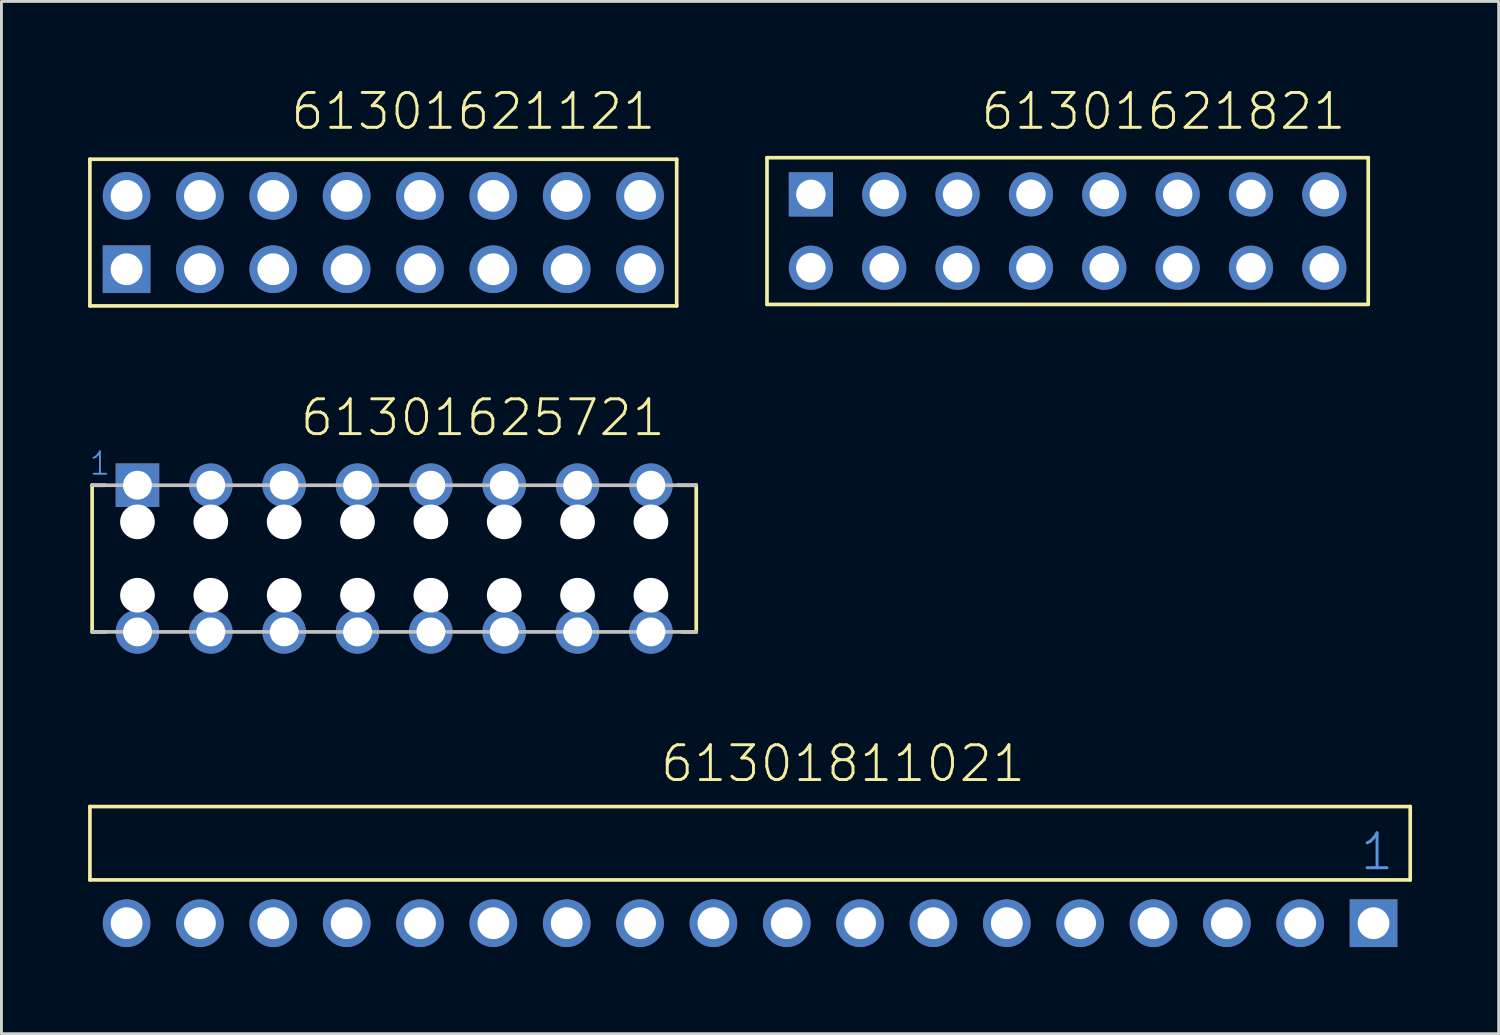
<source format=kicad_pcb>
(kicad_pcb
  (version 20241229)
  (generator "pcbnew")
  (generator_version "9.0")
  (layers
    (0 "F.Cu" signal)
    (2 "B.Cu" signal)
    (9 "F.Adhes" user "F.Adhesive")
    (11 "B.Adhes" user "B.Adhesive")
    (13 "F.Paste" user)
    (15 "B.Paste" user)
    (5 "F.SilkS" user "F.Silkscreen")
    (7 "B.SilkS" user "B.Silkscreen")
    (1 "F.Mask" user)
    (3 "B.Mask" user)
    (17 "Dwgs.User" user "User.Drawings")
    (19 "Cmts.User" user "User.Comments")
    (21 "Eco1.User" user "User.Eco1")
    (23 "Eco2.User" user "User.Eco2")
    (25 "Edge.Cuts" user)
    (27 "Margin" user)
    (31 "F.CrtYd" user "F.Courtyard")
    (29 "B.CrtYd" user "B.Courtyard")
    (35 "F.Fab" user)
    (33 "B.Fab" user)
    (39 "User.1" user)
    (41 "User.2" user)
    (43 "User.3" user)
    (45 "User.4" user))
  (footprint "61301621821"
    (layer "F.Cu")
    (at 33.92 4.951)
    (property "Reference" "61301621821" (at -3.063 -3.44 0) (layer "F.SilkS") (effects (font (size 1.206 1.206) (thickness 0.102)) (justify left bottom)))
    (attr through_hole)
    (fp_line (start -10.41 -2.54) (end -10.41 2.54) (stroke (width 0.127) (type solid)) (layer "F.SilkS"))
    (fp_line (start -10.41 2.54) (end 10.41 2.54) (stroke (width 0.127) (type solid)) (layer "F.SilkS"))
    (fp_line (start 10.41 -2.54) (end -10.41 -2.54) (stroke (width 0.127) (type solid)) (layer "F.SilkS"))
    (fp_line (start 10.41 2.54) (end 10.41 -2.54) (stroke (width 0.127) (type solid)) (layer "F.SilkS"))
    (fp_text user "1" (at -9.12 -1 0) (layer "Cmts.User") (effects (font (size 0.579 0.579) (thickness 0.049)) (justify left bottom)))
    (pad "1" thru_hole rect (at -8.89 -1.27) (size 1.53 1.53) (drill 1.02) (layers "*.Cu" "*.Mask"))
    (pad "2" thru_hole circle (at -6.35 -1.27) (size 1.53 1.53) (drill 1.02) (layers "*.Cu" "*.Mask"))
    (pad "3" thru_hole circle (at -3.81 -1.27) (size 1.53 1.53) (drill 1.02) (layers "*.Cu" "*.Mask"))
    (pad "4" thru_hole circle (at -1.27 -1.27) (size 1.53 1.53) (drill 1.02) (layers "*.Cu" "*.Mask"))
    (pad "5" thru_hole circle (at 1.27 -1.27) (size 1.53 1.53) (drill 1.02) (layers "*.Cu" "*.Mask"))
    (pad "6" thru_hole circle (at 3.81 -1.27) (size 1.53 1.53) (drill 1.02) (layers "*.Cu" "*.Mask"))
    (pad "7" thru_hole circle (at 6.35 -1.27) (size 1.53 1.53) (drill 1.02) (layers "*.Cu" "*.Mask"))
    (pad "8" thru_hole circle (at 8.89 -1.27) (size 1.53 1.53) (drill 1.02) (layers "*.Cu" "*.Mask"))
    (pad "9" thru_hole circle (at 8.89 1.27) (size 1.53 1.53) (drill 1.02) (layers "*.Cu" "*.Mask"))
    (pad "10" thru_hole circle (at 6.35 1.27) (size 1.53 1.53) (drill 1.02) (layers "*.Cu" "*.Mask"))
    (pad "11" thru_hole circle (at 3.81 1.27) (size 1.53 1.53) (drill 1.02) (layers "*.Cu" "*.Mask"))
    (pad "12" thru_hole circle (at 1.27 1.27) (size 1.53 1.53) (drill 1.02) (layers "*.Cu" "*.Mask"))
    (pad "13" thru_hole circle (at -1.27 1.27) (size 1.53 1.53) (drill 1.02) (layers "*.Cu" "*.Mask"))
    (pad "14" thru_hole circle (at -3.81 1.27) (size 1.53 1.53) (drill 1.02) (layers "*.Cu" "*.Mask"))
    (pad "15" thru_hole circle (at -6.35 1.27) (size 1.53 1.53) (drill 1.02) (layers "*.Cu" "*.Mask"))
    (pad "16" thru_hole circle (at -8.89 1.27) (size 1.53 1.53) (drill 1.02) (layers "*.Cu" "*.Mask")))
  (footprint "61301625721"
    (layer "F.Cu")
    (at 9.33 16.292)
    (property "Reference" "61301625721" (at -2.043 -4.174 0) (layer "F.SilkS") (effects (font (size 1.206 1.206) (thickness 0.102)) (justify left bottom)))
    (attr through_hole)
    (fp_line (start -9.19 2.54) (end -9.19 -2.54) (stroke (width 0.127) (type solid)) (layer "F.SilkS"))
    (fp_line (start -8.75 -2.54) (end -9.19 -2.54) (stroke (width 0.127) (type solid)) (layer "F.SilkS"))
    (fp_line (start -8.73 2.54) (end -9.19 2.54) (stroke (width 0.127) (type solid)) (layer "F.SilkS"))
    (fp_line (start 11.1 -2.54) (end 11.73 -2.54) (stroke (width 0.127) (type solid)) (layer "F.SilkS"))
    (fp_line (start 11.25 2.54) (end 11.73 2.54) (stroke (width 0.127) (type solid)) (layer "F.SilkS"))
    (fp_line (start 11.73 -2.54) (end 11.73 2.54) (stroke (width 0.127) (type solid)) (layer "F.SilkS"))
    (fp_line (start -9.19 -2.54) (end 11.73 -2.54) (stroke (width 0.127) (type solid)) (layer "Dwgs.User"))
    (fp_line (start 11.73 2.54) (end -9.19 2.54) (stroke (width 0.127) (type solid)) (layer "Dwgs.User"))
    (fp_text user "1" (at -9.33 -2.84 0) (layer "Cmts.User") (effects (font (size 0.772 0.772) (thickness 0.065)) (justify left bottom)))
    (pad "" np_thru_hole circle (at -7.62 -1.27) (size 1.2 1.2) (drill 1.2) (layers "*.Cu"))
    (pad "" np_thru_hole circle (at -7.62 1.27) (size 1.2 1.2) (drill 1.2) (layers "*.Cu"))
    (pad "" np_thru_hole circle (at -5.08 -1.27) (size 1.2 1.2) (drill 1.2) (layers "*.Cu"))
    (pad "" np_thru_hole circle (at -5.08 1.27) (size 1.2 1.2) (drill 1.2) (layers "*.Cu"))
    (pad "" np_thru_hole circle (at -2.54 -1.27) (size 1.2 1.2) (drill 1.2) (layers "*.Cu"))
    (pad "" np_thru_hole circle (at -2.54 1.27) (size 1.2 1.2) (drill 1.2) (layers "*.Cu"))
    (pad "" np_thru_hole circle (at 0 -1.27) (size 1.2 1.2) (drill 1.2) (layers "*.Cu"))
    (pad "" np_thru_hole circle (at 0 1.27) (size 1.2 1.2) (drill 1.2) (layers "*.Cu"))
    (pad "" np_thru_hole circle (at 2.54 -1.27) (size 1.2 1.2) (drill 1.2) (layers "*.Cu"))
    (pad "" np_thru_hole circle (at 2.54 1.27) (size 1.2 1.2) (drill 1.2) (layers "*.Cu"))
    (pad "" np_thru_hole circle (at 5.08 -1.27) (size 1.2 1.2) (drill 1.2) (layers "*.Cu"))
    (pad "" np_thru_hole circle (at 5.08 1.27) (size 1.2 1.2) (drill 1.2) (layers "*.Cu"))
    (pad "" np_thru_hole circle (at 7.62 -1.27) (size 1.2 1.2) (drill 1.2) (layers "*.Cu"))
    (pad "" np_thru_hole circle (at 7.62 1.27) (size 1.2 1.2) (drill 1.2) (layers "*.Cu"))
    (pad "" np_thru_hole circle (at 10.16 -1.27) (size 1.2 1.2) (drill 1.2) (layers "*.Cu"))
    (pad "" np_thru_hole circle (at 10.16 1.27) (size 1.2 1.2) (drill 1.2) (layers "*.Cu"))
    (pad "1" thru_hole rect (at -7.62 -2.54) (size 1.508 1.508) (drill 1) (layers "*.Cu" "*.Mask"))
    (pad "2" thru_hole circle (at -5.08 -2.54) (size 1.508 1.508) (drill 1) (layers "*.Cu" "*.Mask"))
    (pad "3" thru_hole circle (at -2.54 -2.54) (size 1.508 1.508) (drill 1) (layers "*.Cu" "*.Mask"))
    (pad "4" thru_hole circle (at 0 -2.54) (size 1.508 1.508) (drill 1) (layers "*.Cu" "*.Mask"))
    (pad "5" thru_hole circle (at 2.54 -2.54) (size 1.508 1.508) (drill 1) (layers "*.Cu" "*.Mask"))
    (pad "6" thru_hole circle (at 5.08 -2.54) (size 1.508 1.508) (drill 1) (layers "*.Cu" "*.Mask"))
    (pad "7" thru_hole circle (at 7.62 -2.54) (size 1.508 1.508) (drill 1) (layers "*.Cu" "*.Mask"))
    (pad "8" thru_hole circle (at 10.16 -2.54) (size 1.508 1.508) (drill 1) (layers "*.Cu" "*.Mask"))
    (pad "9" thru_hole circle (at 10.16 2.54) (size 1.508 1.508) (drill 1) (layers "*.Cu" "*.Mask"))
    (pad "10" thru_hole circle (at 7.62 2.54) (size 1.508 1.508) (drill 1) (layers "*.Cu" "*.Mask"))
    (pad "11" thru_hole circle (at 5.08 2.54) (size 1.508 1.508) (drill 1) (layers "*.Cu" "*.Mask"))
    (pad "12" thru_hole circle (at 2.54 2.54) (size 1.508 1.508) (drill 1) (layers "*.Cu" "*.Mask"))
    (pad "13" thru_hole circle (at 0 2.54) (size 1.508 1.508) (drill 1) (layers "*.Cu" "*.Mask"))
    (pad "14" thru_hole circle (at -2.54 2.54) (size 1.508 1.508) (drill 1) (layers "*.Cu" "*.Mask"))
    (pad "15" thru_hole circle (at -5.08 2.54) (size 1.508 1.508) (drill 1) (layers "*.Cu" "*.Mask"))
    (pad "16" thru_hole circle (at -7.62 2.54) (size 1.508 1.508) (drill 1) (layers "*.Cu" "*.Mask")))
  (footprint "61301811021"
    (layer "F.Cu")
    (at 22.924 28.92)
    (property "Reference" "61301811021" (at -3.165 -4.822 0) (layer "F.SilkS") (effects (font (size 1.206 1.206) (thickness 0.102)) (justify left bottom)))
    (attr through_hole)
    (fp_line (start -22.86 -4.04) (end 22.86 -4.04) (stroke (width 0.127) (type solid)) (layer "F.SilkS"))
    (fp_line (start -22.86 -1.5) (end -22.86 -4.04) (stroke (width 0.127) (type solid)) (layer "F.SilkS"))
    (fp_line (start 22.86 -4.04) (end 22.86 -1.5) (stroke (width 0.127) (type solid)) (layer "F.SilkS"))
    (fp_line (start 22.86 -1.5) (end -22.86 -1.5) (stroke (width 0.127) (type solid)) (layer "F.SilkS"))
    (fp_text user "1" (at 21.07 -1.77 0) (layer "Cmts.User") (effects (font (size 1.206 1.206) (thickness 0.102)) (justify left bottom)))
    (pad "1" thru_hole rect (at 21.59 0) (size 1.65 1.65) (drill 1.1) (layers "*.Cu" "*.Mask"))
    (pad "2" thru_hole circle (at 19.05 0) (size 1.65 1.65) (drill 1.1) (layers "*.Cu" "*.Mask"))
    (pad "3" thru_hole circle (at 16.51 0) (size 1.65 1.65) (drill 1.1) (layers "*.Cu" "*.Mask"))
    (pad "4" thru_hole circle (at 13.97 0) (size 1.65 1.65) (drill 1.1) (layers "*.Cu" "*.Mask"))
    (pad "5" thru_hole circle (at 11.43 0) (size 1.65 1.65) (drill 1.1) (layers "*.Cu" "*.Mask"))
    (pad "6" thru_hole circle (at 8.89 0) (size 1.65 1.65) (drill 1.1) (layers "*.Cu" "*.Mask"))
    (pad "7" thru_hole circle (at 6.35 0) (size 1.65 1.65) (drill 1.1) (layers "*.Cu" "*.Mask"))
    (pad "8" thru_hole circle (at 3.81 0) (size 1.65 1.65) (drill 1.1) (layers "*.Cu" "*.Mask"))
    (pad "9" thru_hole circle (at 1.27 0) (size 1.65 1.65) (drill 1.1) (layers "*.Cu" "*.Mask"))
    (pad "10" thru_hole circle (at -1.27 0) (size 1.65 1.65) (drill 1.1) (layers "*.Cu" "*.Mask"))
    (pad "11" thru_hole circle (at -3.81 0) (size 1.65 1.65) (drill 1.1) (layers "*.Cu" "*.Mask"))
    (pad "12" thru_hole circle (at -6.35 0) (size 1.65 1.65) (drill 1.1) (layers "*.Cu" "*.Mask"))
    (pad "13" thru_hole circle (at -8.89 0) (size 1.65 1.65) (drill 1.1) (layers "*.Cu" "*.Mask"))
    (pad "14" thru_hole circle (at -11.43 0) (size 1.65 1.65) (drill 1.1) (layers "*.Cu" "*.Mask"))
    (pad "15" thru_hole circle (at -13.97 0) (size 1.65 1.65) (drill 1.1) (layers "*.Cu" "*.Mask"))
    (pad "16" thru_hole circle (at -16.51 0) (size 1.65 1.65) (drill 1.1) (layers "*.Cu" "*.Mask"))
    (pad "17" thru_hole circle (at -19.05 0) (size 1.65 1.65) (drill 1.1) (layers "*.Cu" "*.Mask"))
    (pad "18" thru_hole circle (at -21.59 0) (size 1.65 1.65) (drill 1.1) (layers "*.Cu" "*.Mask")))
  (footprint "61301621121"
    (layer "F.Cu")
    (at 10.223 5.003)
    (property "Reference" "61301621121" (at -3.265 -3.492 0) (layer "F.SilkS") (effects (font (size 1.206 1.206) (thickness 0.102)) (justify left bottom)))
    (attr through_hole)
    (fp_line (start -10.16 -2.54) (end 10.16 -2.54) (stroke (width 0.127) (type solid)) (layer "F.SilkS"))
    (fp_line (start -10.16 2.54) (end -10.16 -2.54) (stroke (width 0.127) (type solid)) (layer "F.SilkS"))
    (fp_line (start 10.16 -2.54) (end 10.16 2.54) (stroke (width 0.127) (type solid)) (layer "F.SilkS"))
    (fp_line (start 10.16 2.54) (end -10.16 2.54) (stroke (width 0.127) (type solid)) (layer "F.SilkS"))
    (pad "1" thru_hole rect (at -8.89 1.27 180) (size 1.65 1.65) (drill 1.1) (layers "*.Cu" "*.Mask"))
    (pad "2" thru_hole circle (at -6.35 1.27 180) (size 1.65 1.65) (drill 1.1) (layers "*.Cu" "*.Mask"))
    (pad "3" thru_hole circle (at -3.81 1.27 180) (size 1.65 1.65) (drill 1.1) (layers "*.Cu" "*.Mask"))
    (pad "4" thru_hole circle (at -1.27 1.27 180) (size 1.65 1.65) (drill 1.1) (layers "*.Cu" "*.Mask"))
    (pad "5" thru_hole circle (at 1.27 1.27 180) (size 1.65 1.65) (drill 1.1) (layers "*.Cu" "*.Mask"))
    (pad "6" thru_hole circle (at 3.81 1.27 180) (size 1.65 1.65) (drill 1.1) (layers "*.Cu" "*.Mask"))
    (pad "7" thru_hole circle (at 6.35 1.27 180) (size 1.65 1.65) (drill 1.1) (layers "*.Cu" "*.Mask"))
    (pad "8" thru_hole circle (at 8.89 1.27 180) (size 1.65 1.65) (drill 1.1) (layers "*.Cu" "*.Mask"))
    (pad "9" thru_hole circle (at 8.89 -1.27) (size 1.65 1.65) (drill 1.1) (layers "*.Cu" "*.Mask"))
    (pad "10" thru_hole circle (at 6.35 -1.27) (size 1.65 1.65) (drill 1.1) (layers "*.Cu" "*.Mask"))
    (pad "11" thru_hole circle (at 3.81 -1.27) (size 1.65 1.65) (drill 1.1) (layers "*.Cu" "*.Mask"))
    (pad "12" thru_hole circle (at 1.27 -1.27) (size 1.65 1.65) (drill 1.1) (layers "*.Cu" "*.Mask"))
    (pad "13" thru_hole circle (at -1.27 -1.27) (size 1.65 1.65) (drill 1.1) (layers "*.Cu" "*.Mask"))
    (pad "14" thru_hole circle (at -3.81 -1.27) (size 1.65 1.65) (drill 1.1) (layers "*.Cu" "*.Mask"))
    (pad "15" thru_hole circle (at -6.35 -1.27) (size 1.65 1.65) (drill 1.1) (layers "*.Cu" "*.Mask"))
    (pad "16" thru_hole circle (at -8.89 -1.27) (size 1.65 1.65) (drill 1.1) (layers "*.Cu" "*.Mask")))
  (gr_rect
    (start -3 -3)
    (end 48.847 32.745)
    (stroke (width 0.1) (type default))
    (fill no)
    (layer "Edge.Cuts")))
</source>
